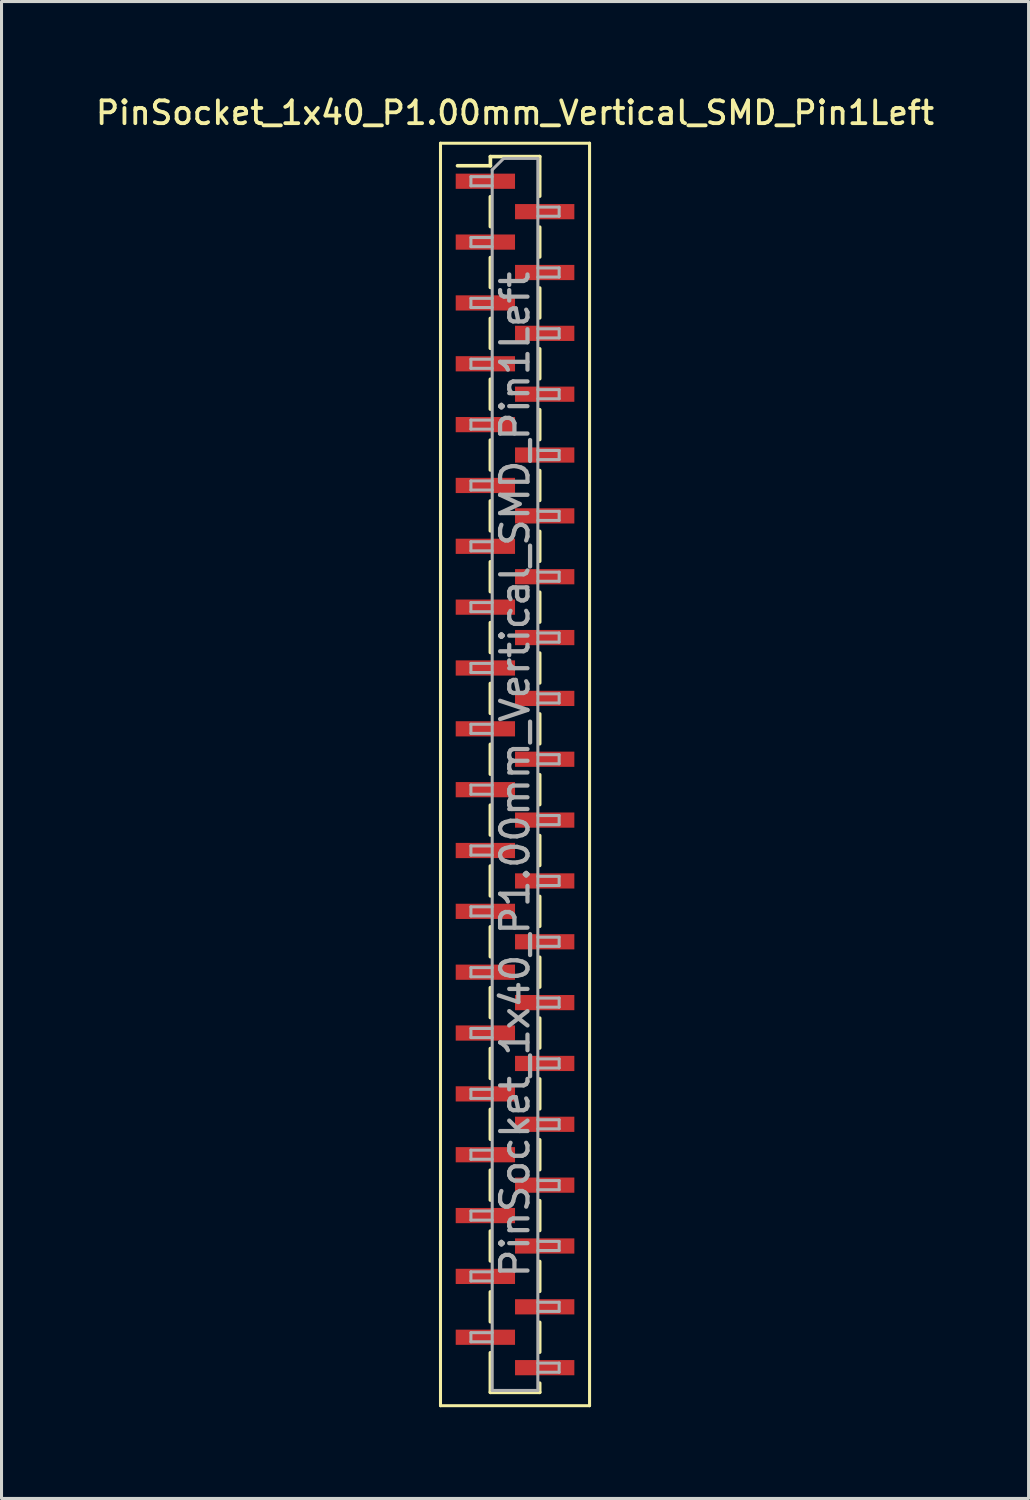
<source format=kicad_pcb>
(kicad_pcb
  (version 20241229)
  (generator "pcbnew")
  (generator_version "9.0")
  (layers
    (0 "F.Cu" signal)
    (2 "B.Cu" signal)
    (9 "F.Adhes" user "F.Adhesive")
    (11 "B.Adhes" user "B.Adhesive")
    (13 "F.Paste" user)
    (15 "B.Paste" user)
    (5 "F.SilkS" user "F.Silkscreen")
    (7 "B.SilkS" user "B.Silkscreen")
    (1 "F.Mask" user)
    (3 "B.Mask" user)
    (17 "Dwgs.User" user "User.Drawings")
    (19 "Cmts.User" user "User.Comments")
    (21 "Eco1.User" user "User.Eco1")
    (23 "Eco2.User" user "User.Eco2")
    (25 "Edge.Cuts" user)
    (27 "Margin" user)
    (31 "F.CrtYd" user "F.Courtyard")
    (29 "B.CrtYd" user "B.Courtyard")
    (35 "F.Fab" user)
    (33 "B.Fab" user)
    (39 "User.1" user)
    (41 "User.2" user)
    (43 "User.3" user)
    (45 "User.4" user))
  (footprint "PinSocket_1x40_P1.00mm_Vertical_SMD_Pin1Left"
    (layer "F.Cu")
    (at 13.88 22.408)
    (property "Reference" "PinSocket_1x40_P1.00mm_Vertical_SMD_Pin1Left" (at 0 -21.75 0) (layer "F.SilkS") (effects (font (size 0.75 0.75) (thickness 0.125))))
    (attr smd)
    (fp_line (start -2.45 -20.75) (end 2.45 -20.75) (stroke (width 0.1) (type solid)) (layer "F.SilkS"))
    (fp_line (start -2.45 20.75) (end -2.45 -20.75) (stroke (width 0.1) (type solid)) (layer "F.SilkS"))
    (fp_line (start -1.89 -20.01) (end -0.81 -20.01) (stroke (width 0.12) (type solid)) (layer "F.SilkS"))
    (fp_line (start -0.81 -20.31) (end -0.81 -20.01) (stroke (width 0.12) (type solid)) (layer "F.SilkS"))
    (fp_line (start -0.81 -20.31) (end 0.81 -20.31) (stroke (width 0.12) (type solid)) (layer "F.SilkS"))
    (fp_line (start -0.81 -18.99) (end -0.81 -18.01) (stroke (width 0.12) (type solid)) (layer "F.SilkS"))
    (fp_line (start -0.81 -16.99) (end -0.81 -16.01) (stroke (width 0.12) (type solid)) (layer "F.SilkS"))
    (fp_line (start -0.81 -14.99) (end -0.81 -14.01) (stroke (width 0.12) (type solid)) (layer "F.SilkS"))
    (fp_line (start -0.81 -12.99) (end -0.81 -12.01) (stroke (width 0.12) (type solid)) (layer "F.SilkS"))
    (fp_line (start -0.81 -10.99) (end -0.81 -10.01) (stroke (width 0.12) (type solid)) (layer "F.SilkS"))
    (fp_line (start -0.81 -8.99) (end -0.81 -8.01) (stroke (width 0.12) (type solid)) (layer "F.SilkS"))
    (fp_line (start -0.81 -6.99) (end -0.81 -6.01) (stroke (width 0.12) (type solid)) (layer "F.SilkS"))
    (fp_line (start -0.81 -4.99) (end -0.81 -4.01) (stroke (width 0.12) (type solid)) (layer "F.SilkS"))
    (fp_line (start -0.81 -2.99) (end -0.81 -2.01) (stroke (width 0.12) (type solid)) (layer "F.SilkS"))
    (fp_line (start -0.81 -0.99) (end -0.81 -0.01) (stroke (width 0.12) (type solid)) (layer "F.SilkS"))
    (fp_line (start -0.81 1.01) (end -0.81 1.99) (stroke (width 0.12) (type solid)) (layer "F.SilkS"))
    (fp_line (start -0.81 3.01) (end -0.81 3.99) (stroke (width 0.12) (type solid)) (layer "F.SilkS"))
    (fp_line (start -0.81 5.01) (end -0.81 5.99) (stroke (width 0.12) (type solid)) (layer "F.SilkS"))
    (fp_line (start -0.81 7.01) (end -0.81 7.99) (stroke (width 0.12) (type solid)) (layer "F.SilkS"))
    (fp_line (start -0.81 9.01) (end -0.81 9.99) (stroke (width 0.12) (type solid)) (layer "F.SilkS"))
    (fp_line (start -0.81 11.01) (end -0.81 11.99) (stroke (width 0.12) (type solid)) (layer "F.SilkS"))
    (fp_line (start -0.81 13.01) (end -0.81 13.99) (stroke (width 0.12) (type solid)) (layer "F.SilkS"))
    (fp_line (start -0.81 15.01) (end -0.81 15.99) (stroke (width 0.12) (type solid)) (layer "F.SilkS"))
    (fp_line (start -0.81 17.01) (end -0.81 17.99) (stroke (width 0.12) (type solid)) (layer "F.SilkS"))
    (fp_line (start -0.81 19.01) (end -0.81 20.31) (stroke (width 0.12) (type solid)) (layer "F.SilkS"))
    (fp_line (start -0.81 20.31) (end 0.81 20.31) (stroke (width 0.12) (type solid)) (layer "F.SilkS"))
    (fp_line (start 0.81 -20.31) (end 0.81 -19.01) (stroke (width 0.12) (type solid)) (layer "F.SilkS"))
    (fp_line (start 0.81 -17.99) (end 0.81 -17.01) (stroke (width 0.12) (type solid)) (layer "F.SilkS"))
    (fp_line (start 0.81 -15.99) (end 0.81 -15.01) (stroke (width 0.12) (type solid)) (layer "F.SilkS"))
    (fp_line (start 0.81 -13.99) (end 0.81 -13.01) (stroke (width 0.12) (type solid)) (layer "F.SilkS"))
    (fp_line (start 0.81 -11.99) (end 0.81 -11.01) (stroke (width 0.12) (type solid)) (layer "F.SilkS"))
    (fp_line (start 0.81 -9.99) (end 0.81 -9.01) (stroke (width 0.12) (type solid)) (layer "F.SilkS"))
    (fp_line (start 0.81 -7.99) (end 0.81 -7.01) (stroke (width 0.12) (type solid)) (layer "F.SilkS"))
    (fp_line (start 0.81 -5.99) (end 0.81 -5.01) (stroke (width 0.12) (type solid)) (layer "F.SilkS"))
    (fp_line (start 0.81 -3.99) (end 0.81 -3.01) (stroke (width 0.12) (type solid)) (layer "F.SilkS"))
    (fp_line (start 0.81 -1.99) (end 0.81 -1.01) (stroke (width 0.12) (type solid)) (layer "F.SilkS"))
    (fp_line (start 0.81 0.01) (end 0.81 0.99) (stroke (width 0.12) (type solid)) (layer "F.SilkS"))
    (fp_line (start 0.81 2.01) (end 0.81 2.99) (stroke (width 0.12) (type solid)) (layer "F.SilkS"))
    (fp_line (start 0.81 4.01) (end 0.81 4.99) (stroke (width 0.12) (type solid)) (layer "F.SilkS"))
    (fp_line (start 0.81 6.01) (end 0.81 6.99) (stroke (width 0.12) (type solid)) (layer "F.SilkS"))
    (fp_line (start 0.81 8.01) (end 0.81 8.99) (stroke (width 0.12) (type solid)) (layer "F.SilkS"))
    (fp_line (start 0.81 10.01) (end 0.81 10.99) (stroke (width 0.12) (type solid)) (layer "F.SilkS"))
    (fp_line (start 0.81 12.01) (end 0.81 12.99) (stroke (width 0.12) (type solid)) (layer "F.SilkS"))
    (fp_line (start 0.81 14.01) (end 0.81 14.99) (stroke (width 0.12) (type solid)) (layer "F.SilkS"))
    (fp_line (start 0.81 16.01) (end 0.81 16.99) (stroke (width 0.12) (type solid)) (layer "F.SilkS"))
    (fp_line (start 0.81 18.01) (end 0.81 18.99) (stroke (width 0.12) (type solid)) (layer "F.SilkS"))
    (fp_line (start 0.81 20.01) (end 0.81 20.31) (stroke (width 0.12) (type solid)) (layer "F.SilkS"))
    (fp_line (start 2.45 -20.75) (end 2.45 20.75) (stroke (width 0.1) (type solid)) (layer "F.SilkS"))
    (fp_line (start 2.45 20.75) (end -2.45 20.75) (stroke (width 0.1) (type solid)) (layer "F.SilkS"))
    (fp_line (start -1.45 -19.65) (end -0.75 -19.65) (stroke (width 0.1) (type solid)) (layer "F.Fab"))
    (fp_line (start -1.45 -19.35) (end -1.45 -19.65) (stroke (width 0.1) (type solid)) (layer "F.Fab"))
    (fp_line (start -1.45 -17.65) (end -0.75 -17.65) (stroke (width 0.1) (type solid)) (layer "F.Fab"))
    (fp_line (start -1.45 -17.35) (end -1.45 -17.65) (stroke (width 0.1) (type solid)) (layer "F.Fab"))
    (fp_line (start -1.45 -15.65) (end -0.75 -15.65) (stroke (width 0.1) (type solid)) (layer "F.Fab"))
    (fp_line (start -1.45 -15.35) (end -1.45 -15.65) (stroke (width 0.1) (type solid)) (layer "F.Fab"))
    (fp_line (start -1.45 -13.65) (end -0.75 -13.65) (stroke (width 0.1) (type solid)) (layer "F.Fab"))
    (fp_line (start -1.45 -13.35) (end -1.45 -13.65) (stroke (width 0.1) (type solid)) (layer "F.Fab"))
    (fp_line (start -1.45 -11.65) (end -0.75 -11.65) (stroke (width 0.1) (type solid)) (layer "F.Fab"))
    (fp_line (start -1.45 -11.35) (end -1.45 -11.65) (stroke (width 0.1) (type solid)) (layer "F.Fab"))
    (fp_line (start -1.45 -9.65) (end -0.75 -9.65) (stroke (width 0.1) (type solid)) (layer "F.Fab"))
    (fp_line (start -1.45 -9.35) (end -1.45 -9.65) (stroke (width 0.1) (type solid)) (layer "F.Fab"))
    (fp_line (start -1.45 -7.65) (end -0.75 -7.65) (stroke (width 0.1) (type solid)) (layer "F.Fab"))
    (fp_line (start -1.45 -7.35) (end -1.45 -7.65) (stroke (width 0.1) (type solid)) (layer "F.Fab"))
    (fp_line (start -1.45 -5.65) (end -0.75 -5.65) (stroke (width 0.1) (type solid)) (layer "F.Fab"))
    (fp_line (start -1.45 -5.35) (end -1.45 -5.65) (stroke (width 0.1) (type solid)) (layer "F.Fab"))
    (fp_line (start -1.45 -3.65) (end -0.75 -3.65) (stroke (width 0.1) (type solid)) (layer "F.Fab"))
    (fp_line (start -1.45 -3.35) (end -1.45 -3.65) (stroke (width 0.1) (type solid)) (layer "F.Fab"))
    (fp_line (start -1.45 -1.65) (end -0.75 -1.65) (stroke (width 0.1) (type solid)) (layer "F.Fab"))
    (fp_line (start -1.45 -1.35) (end -1.45 -1.65) (stroke (width 0.1) (type solid)) (layer "F.Fab"))
    (fp_line (start -1.45 0.35) (end -0.75 0.35) (stroke (width 0.1) (type solid)) (layer "F.Fab"))
    (fp_line (start -1.45 0.65) (end -1.45 0.35) (stroke (width 0.1) (type solid)) (layer "F.Fab"))
    (fp_line (start -1.45 2.35) (end -0.75 2.35) (stroke (width 0.1) (type solid)) (layer "F.Fab"))
    (fp_line (start -1.45 2.65) (end -1.45 2.35) (stroke (width 0.1) (type solid)) (layer "F.Fab"))
    (fp_line (start -1.45 4.35) (end -0.75 4.35) (stroke (width 0.1) (type solid)) (layer "F.Fab"))
    (fp_line (start -1.45 4.65) (end -1.45 4.35) (stroke (width 0.1) (type solid)) (layer "F.Fab"))
    (fp_line (start -1.45 6.35) (end -0.75 6.35) (stroke (width 0.1) (type solid)) (layer "F.Fab"))
    (fp_line (start -1.45 6.65) (end -1.45 6.35) (stroke (width 0.1) (type solid)) (layer "F.Fab"))
    (fp_line (start -1.45 8.35) (end -0.75 8.35) (stroke (width 0.1) (type solid)) (layer "F.Fab"))
    (fp_line (start -1.45 8.65) (end -1.45 8.35) (stroke (width 0.1) (type solid)) (layer "F.Fab"))
    (fp_line (start -1.45 10.35) (end -0.75 10.35) (stroke (width 0.1) (type solid)) (layer "F.Fab"))
    (fp_line (start -1.45 10.65) (end -1.45 10.35) (stroke (width 0.1) (type solid)) (layer "F.Fab"))
    (fp_line (start -1.45 12.35) (end -0.75 12.35) (stroke (width 0.1) (type solid)) (layer "F.Fab"))
    (fp_line (start -1.45 12.65) (end -1.45 12.35) (stroke (width 0.1) (type solid)) (layer "F.Fab"))
    (fp_line (start -1.45 14.35) (end -0.75 14.35) (stroke (width 0.1) (type solid)) (layer "F.Fab"))
    (fp_line (start -1.45 14.65) (end -1.45 14.35) (stroke (width 0.1) (type solid)) (layer "F.Fab"))
    (fp_line (start -1.45 16.35) (end -0.75 16.35) (stroke (width 0.1) (type solid)) (layer "F.Fab"))
    (fp_line (start -1.45 16.65) (end -1.45 16.35) (stroke (width 0.1) (type solid)) (layer "F.Fab"))
    (fp_line (start -1.45 18.35) (end -0.75 18.35) (stroke (width 0.1) (type solid)) (layer "F.Fab"))
    (fp_line (start -1.45 18.65) (end -1.45 18.35) (stroke (width 0.1) (type solid)) (layer "F.Fab"))
    (fp_line (start -0.75 -19.875) (end -0.375 -20.25) (stroke (width 0.1) (type solid)) (layer "F.Fab"))
    (fp_line (start -0.75 -19.35) (end -1.45 -19.35) (stroke (width 0.1) (type solid)) (layer "F.Fab"))
    (fp_line (start -0.75 -17.35) (end -1.45 -17.35) (stroke (width 0.1) (type solid)) (layer "F.Fab"))
    (fp_line (start -0.75 -15.35) (end -1.45 -15.35) (stroke (width 0.1) (type solid)) (layer "F.Fab"))
    (fp_line (start -0.75 -13.35) (end -1.45 -13.35) (stroke (width 0.1) (type solid)) (layer "F.Fab"))
    (fp_line (start -0.75 -11.35) (end -1.45 -11.35) (stroke (width 0.1) (type solid)) (layer "F.Fab"))
    (fp_line (start -0.75 -9.35) (end -1.45 -9.35) (stroke (width 0.1) (type solid)) (layer "F.Fab"))
    (fp_line (start -0.75 -7.35) (end -1.45 -7.35) (stroke (width 0.1) (type solid)) (layer "F.Fab"))
    (fp_line (start -0.75 -5.35) (end -1.45 -5.35) (stroke (width 0.1) (type solid)) (layer "F.Fab"))
    (fp_line (start -0.75 -3.35) (end -1.45 -3.35) (stroke (width 0.1) (type solid)) (layer "F.Fab"))
    (fp_line (start -0.75 -1.35) (end -1.45 -1.35) (stroke (width 0.1) (type solid)) (layer "F.Fab"))
    (fp_line (start -0.75 0.65) (end -1.45 0.65) (stroke (width 0.1) (type solid)) (layer "F.Fab"))
    (fp_line (start -0.75 2.65) (end -1.45 2.65) (stroke (width 0.1) (type solid)) (layer "F.Fab"))
    (fp_line (start -0.75 4.65) (end -1.45 4.65) (stroke (width 0.1) (type solid)) (layer "F.Fab"))
    (fp_line (start -0.75 6.65) (end -1.45 6.65) (stroke (width 0.1) (type solid)) (layer "F.Fab"))
    (fp_line (start -0.75 8.65) (end -1.45 8.65) (stroke (width 0.1) (type solid)) (layer "F.Fab"))
    (fp_line (start -0.75 10.65) (end -1.45 10.65) (stroke (width 0.1) (type solid)) (layer "F.Fab"))
    (fp_line (start -0.75 12.65) (end -1.45 12.65) (stroke (width 0.1) (type solid)) (layer "F.Fab"))
    (fp_line (start -0.75 14.65) (end -1.45 14.65) (stroke (width 0.1) (type solid)) (layer "F.Fab"))
    (fp_line (start -0.75 16.65) (end -1.45 16.65) (stroke (width 0.1) (type solid)) (layer "F.Fab"))
    (fp_line (start -0.75 18.65) (end -1.45 18.65) (stroke (width 0.1) (type solid)) (layer "F.Fab"))
    (fp_line (start -0.75 20.25) (end -0.75 -19.875) (stroke (width 0.1) (type solid)) (layer "F.Fab"))
    (fp_line (start -0.375 -20.25) (end 0.75 -20.25) (stroke (width 0.1) (type solid)) (layer "F.Fab"))
    (fp_line (start 0.75 -20.25) (end 0.75 20.25) (stroke (width 0.1) (type solid)) (layer "F.Fab"))
    (fp_line (start 0.75 -18.65) (end 1.45 -18.65) (stroke (width 0.1) (type solid)) (layer "F.Fab"))
    (fp_line (start 0.75 -16.65) (end 1.45 -16.65) (stroke (width 0.1) (type solid)) (layer "F.Fab"))
    (fp_line (start 0.75 -14.65) (end 1.45 -14.65) (stroke (width 0.1) (type solid)) (layer "F.Fab"))
    (fp_line (start 0.75 -12.65) (end 1.45 -12.65) (stroke (width 0.1) (type solid)) (layer "F.Fab"))
    (fp_line (start 0.75 -10.65) (end 1.45 -10.65) (stroke (width 0.1) (type solid)) (layer "F.Fab"))
    (fp_line (start 0.75 -8.65) (end 1.45 -8.65) (stroke (width 0.1) (type solid)) (layer "F.Fab"))
    (fp_line (start 0.75 -6.65) (end 1.45 -6.65) (stroke (width 0.1) (type solid)) (layer "F.Fab"))
    (fp_line (start 0.75 -4.65) (end 1.45 -4.65) (stroke (width 0.1) (type solid)) (layer "F.Fab"))
    (fp_line (start 0.75 -2.65) (end 1.45 -2.65) (stroke (width 0.1) (type solid)) (layer "F.Fab"))
    (fp_line (start 0.75 -0.65) (end 1.45 -0.65) (stroke (width 0.1) (type solid)) (layer "F.Fab"))
    (fp_line (start 0.75 1.35) (end 1.45 1.35) (stroke (width 0.1) (type solid)) (layer "F.Fab"))
    (fp_line (start 0.75 3.35) (end 1.45 3.35) (stroke (width 0.1) (type solid)) (layer "F.Fab"))
    (fp_line (start 0.75 5.35) (end 1.45 5.35) (stroke (width 0.1) (type solid)) (layer "F.Fab"))
    (fp_line (start 0.75 7.35) (end 1.45 7.35) (stroke (width 0.1) (type solid)) (layer "F.Fab"))
    (fp_line (start 0.75 9.35) (end 1.45 9.35) (stroke (width 0.1) (type solid)) (layer "F.Fab"))
    (fp_line (start 0.75 11.35) (end 1.45 11.35) (stroke (width 0.1) (type solid)) (layer "F.Fab"))
    (fp_line (start 0.75 13.35) (end 1.45 13.35) (stroke (width 0.1) (type solid)) (layer "F.Fab"))
    (fp_line (start 0.75 15.35) (end 1.45 15.35) (stroke (width 0.1) (type solid)) (layer "F.Fab"))
    (fp_line (start 0.75 17.35) (end 1.45 17.35) (stroke (width 0.1) (type solid)) (layer "F.Fab"))
    (fp_line (start 0.75 19.35) (end 1.45 19.35) (stroke (width 0.1) (type solid)) (layer "F.Fab"))
    (fp_line (start 0.75 20.25) (end -0.75 20.25) (stroke (width 0.1) (type solid)) (layer "F.Fab"))
    (fp_line (start 1.45 -18.65) (end 1.45 -18.35) (stroke (width 0.1) (type solid)) (layer "F.Fab"))
    (fp_line (start 1.45 -18.35) (end 0.75 -18.35) (stroke (width 0.1) (type solid)) (layer "F.Fab"))
    (fp_line (start 1.45 -16.65) (end 1.45 -16.35) (stroke (width 0.1) (type solid)) (layer "F.Fab"))
    (fp_line (start 1.45 -16.35) (end 0.75 -16.35) (stroke (width 0.1) (type solid)) (layer "F.Fab"))
    (fp_line (start 1.45 -14.65) (end 1.45 -14.35) (stroke (width 0.1) (type solid)) (layer "F.Fab"))
    (fp_line (start 1.45 -14.35) (end 0.75 -14.35) (stroke (width 0.1) (type solid)) (layer "F.Fab"))
    (fp_line (start 1.45 -12.65) (end 1.45 -12.35) (stroke (width 0.1) (type solid)) (layer "F.Fab"))
    (fp_line (start 1.45 -12.35) (end 0.75 -12.35) (stroke (width 0.1) (type solid)) (layer "F.Fab"))
    (fp_line (start 1.45 -10.65) (end 1.45 -10.35) (stroke (width 0.1) (type solid)) (layer "F.Fab"))
    (fp_line (start 1.45 -10.35) (end 0.75 -10.35) (stroke (width 0.1) (type solid)) (layer "F.Fab"))
    (fp_line (start 1.45 -8.65) (end 1.45 -8.35) (stroke (width 0.1) (type solid)) (layer "F.Fab"))
    (fp_line (start 1.45 -8.35) (end 0.75 -8.35) (stroke (width 0.1) (type solid)) (layer "F.Fab"))
    (fp_line (start 1.45 -6.65) (end 1.45 -6.35) (stroke (width 0.1) (type solid)) (layer "F.Fab"))
    (fp_line (start 1.45 -6.35) (end 0.75 -6.35) (stroke (width 0.1) (type solid)) (layer "F.Fab"))
    (fp_line (start 1.45 -4.65) (end 1.45 -4.35) (stroke (width 0.1) (type solid)) (layer "F.Fab"))
    (fp_line (start 1.45 -4.35) (end 0.75 -4.35) (stroke (width 0.1) (type solid)) (layer "F.Fab"))
    (fp_line (start 1.45 -2.65) (end 1.45 -2.35) (stroke (width 0.1) (type solid)) (layer "F.Fab"))
    (fp_line (start 1.45 -2.35) (end 0.75 -2.35) (stroke (width 0.1) (type solid)) (layer "F.Fab"))
    (fp_line (start 1.45 -0.65) (end 1.45 -0.35) (stroke (width 0.1) (type solid)) (layer "F.Fab"))
    (fp_line (start 1.45 -0.35) (end 0.75 -0.35) (stroke (width 0.1) (type solid)) (layer "F.Fab"))
    (fp_line (start 1.45 1.35) (end 1.45 1.65) (stroke (width 0.1) (type solid)) (layer "F.Fab"))
    (fp_line (start 1.45 1.65) (end 0.75 1.65) (stroke (width 0.1) (type solid)) (layer "F.Fab"))
    (fp_line (start 1.45 3.35) (end 1.45 3.65) (stroke (width 0.1) (type solid)) (layer "F.Fab"))
    (fp_line (start 1.45 3.65) (end 0.75 3.65) (stroke (width 0.1) (type solid)) (layer "F.Fab"))
    (fp_line (start 1.45 5.35) (end 1.45 5.65) (stroke (width 0.1) (type solid)) (layer "F.Fab"))
    (fp_line (start 1.45 5.65) (end 0.75 5.65) (stroke (width 0.1) (type solid)) (layer "F.Fab"))
    (fp_line (start 1.45 7.35) (end 1.45 7.65) (stroke (width 0.1) (type solid)) (layer "F.Fab"))
    (fp_line (start 1.45 7.65) (end 0.75 7.65) (stroke (width 0.1) (type solid)) (layer "F.Fab"))
    (fp_line (start 1.45 9.35) (end 1.45 9.65) (stroke (width 0.1) (type solid)) (layer "F.Fab"))
    (fp_line (start 1.45 9.65) (end 0.75 9.65) (stroke (width 0.1) (type solid)) (layer "F.Fab"))
    (fp_line (start 1.45 11.35) (end 1.45 11.65) (stroke (width 0.1) (type solid)) (layer "F.Fab"))
    (fp_line (start 1.45 11.65) (end 0.75 11.65) (stroke (width 0.1) (type solid)) (layer "F.Fab"))
    (fp_line (start 1.45 13.35) (end 1.45 13.65) (stroke (width 0.1) (type solid)) (layer "F.Fab"))
    (fp_line (start 1.45 13.65) (end 0.75 13.65) (stroke (width 0.1) (type solid)) (layer "F.Fab"))
    (fp_line (start 1.45 15.35) (end 1.45 15.65) (stroke (width 0.1) (type solid)) (layer "F.Fab"))
    (fp_line (start 1.45 15.65) (end 0.75 15.65) (stroke (width 0.1) (type solid)) (layer "F.Fab"))
    (fp_line (start 1.45 17.35) (end 1.45 17.65) (stroke (width 0.1) (type solid)) (layer "F.Fab"))
    (fp_line (start 1.45 17.65) (end 0.75 17.65) (stroke (width 0.1) (type solid)) (layer "F.Fab"))
    (fp_line (start 1.45 19.35) (end 1.45 19.65) (stroke (width 0.1) (type solid)) (layer "F.Fab"))
    (fp_line (start 1.45 19.65) (end 0.75 19.65) (stroke (width 0.1) (type solid)) (layer "F.Fab"))
    (fp_text user "${REFERENCE}" (at 0 0 90) (layer "F.Fab") (effects (font (size 0.9 0.9) (thickness 0.14))))
    (pad "1" smd rect (at -0.975 -19.5) (size 1.95 0.5) (layers "F.Cu" "F.Mask" "F.Paste"))
    (pad "2" smd rect (at 0.975 -18.5) (size 1.95 0.5) (layers "F.Cu" "F.Mask" "F.Paste"))
    (pad "3" smd rect (at -0.975 -17.5) (size 1.95 0.5) (layers "F.Cu" "F.Mask" "F.Paste"))
    (pad "4" smd rect (at 0.975 -16.5) (size 1.95 0.5) (layers "F.Cu" "F.Mask" "F.Paste"))
    (pad "5" smd rect (at -0.975 -15.5) (size 1.95 0.5) (layers "F.Cu" "F.Mask" "F.Paste"))
    (pad "6" smd rect (at 0.975 -14.5) (size 1.95 0.5) (layers "F.Cu" "F.Mask" "F.Paste"))
    (pad "7" smd rect (at -0.975 -13.5) (size 1.95 0.5) (layers "F.Cu" "F.Mask" "F.Paste"))
    (pad "8" smd rect (at 0.975 -12.5) (size 1.95 0.5) (layers "F.Cu" "F.Mask" "F.Paste"))
    (pad "9" smd rect (at -0.975 -11.5) (size 1.95 0.5) (layers "F.Cu" "F.Mask" "F.Paste"))
    (pad "10" smd rect (at 0.975 -10.5) (size 1.95 0.5) (layers "F.Cu" "F.Mask" "F.Paste"))
    (pad "11" smd rect (at -0.975 -9.5) (size 1.95 0.5) (layers "F.Cu" "F.Mask" "F.Paste"))
    (pad "12" smd rect (at 0.975 -8.5) (size 1.95 0.5) (layers "F.Cu" "F.Mask" "F.Paste"))
    (pad "13" smd rect (at -0.975 -7.5) (size 1.95 0.5) (layers "F.Cu" "F.Mask" "F.Paste"))
    (pad "14" smd rect (at 0.975 -6.5) (size 1.95 0.5) (layers "F.Cu" "F.Mask" "F.Paste"))
    (pad "15" smd rect (at -0.975 -5.5) (size 1.95 0.5) (layers "F.Cu" "F.Mask" "F.Paste"))
    (pad "16" smd rect (at 0.975 -4.5) (size 1.95 0.5) (layers "F.Cu" "F.Mask" "F.Paste"))
    (pad "17" smd rect (at -0.975 -3.5) (size 1.95 0.5) (layers "F.Cu" "F.Mask" "F.Paste"))
    (pad "18" smd rect (at 0.975 -2.5) (size 1.95 0.5) (layers "F.Cu" "F.Mask" "F.Paste"))
    (pad "19" smd rect (at -0.975 -1.5) (size 1.95 0.5) (layers "F.Cu" "F.Mask" "F.Paste"))
    (pad "20" smd rect (at 0.975 -0.5) (size 1.95 0.5) (layers "F.Cu" "F.Mask" "F.Paste"))
    (pad "21" smd rect (at -0.975 0.5) (size 1.95 0.5) (layers "F.Cu" "F.Mask" "F.Paste"))
    (pad "22" smd rect (at 0.975 1.5) (size 1.95 0.5) (layers "F.Cu" "F.Mask" "F.Paste"))
    (pad "23" smd rect (at -0.975 2.5) (size 1.95 0.5) (layers "F.Cu" "F.Mask" "F.Paste"))
    (pad "24" smd rect (at 0.975 3.5) (size 1.95 0.5) (layers "F.Cu" "F.Mask" "F.Paste"))
    (pad "25" smd rect (at -0.975 4.5) (size 1.95 0.5) (layers "F.Cu" "F.Mask" "F.Paste"))
    (pad "26" smd rect (at 0.975 5.5) (size 1.95 0.5) (layers "F.Cu" "F.Mask" "F.Paste"))
    (pad "27" smd rect (at -0.975 6.5) (size 1.95 0.5) (layers "F.Cu" "F.Mask" "F.Paste"))
    (pad "28" smd rect (at 0.975 7.5) (size 1.95 0.5) (layers "F.Cu" "F.Mask" "F.Paste"))
    (pad "29" smd rect (at -0.975 8.5) (size 1.95 0.5) (layers "F.Cu" "F.Mask" "F.Paste"))
    (pad "30" smd rect (at 0.975 9.5) (size 1.95 0.5) (layers "F.Cu" "F.Mask" "F.Paste"))
    (pad "31" smd rect (at -0.975 10.5) (size 1.95 0.5) (layers "F.Cu" "F.Mask" "F.Paste"))
    (pad "32" smd rect (at 0.975 11.5) (size 1.95 0.5) (layers "F.Cu" "F.Mask" "F.Paste"))
    (pad "33" smd rect (at -0.975 12.5) (size 1.95 0.5) (layers "F.Cu" "F.Mask" "F.Paste"))
    (pad "34" smd rect (at 0.975 13.5) (size 1.95 0.5) (layers "F.Cu" "F.Mask" "F.Paste"))
    (pad "35" smd rect (at -0.975 14.5) (size 1.95 0.5) (layers "F.Cu" "F.Mask" "F.Paste"))
    (pad "36" smd rect (at 0.975 15.5) (size 1.95 0.5) (layers "F.Cu" "F.Mask" "F.Paste"))
    (pad "37" smd rect (at -0.975 16.5) (size 1.95 0.5) (layers "F.Cu" "F.Mask" "F.Paste"))
    (pad "38" smd rect (at 0.975 17.5) (size 1.95 0.5) (layers "F.Cu" "F.Mask" "F.Paste"))
    (pad "39" smd rect (at -0.975 18.5) (size 1.95 0.5) (layers "F.Cu" "F.Mask" "F.Paste"))
    (pad "40" smd rect (at 0.975 19.5) (size 1.95 0.5) (layers "F.Cu" "F.Mask" "F.Paste")))
  (gr_rect
    (start -3 -3)
    (end 30.761 46.208)
    (stroke (width 0.1) (type default))
    (fill no)
    (layer "Edge.Cuts")))
</source>
